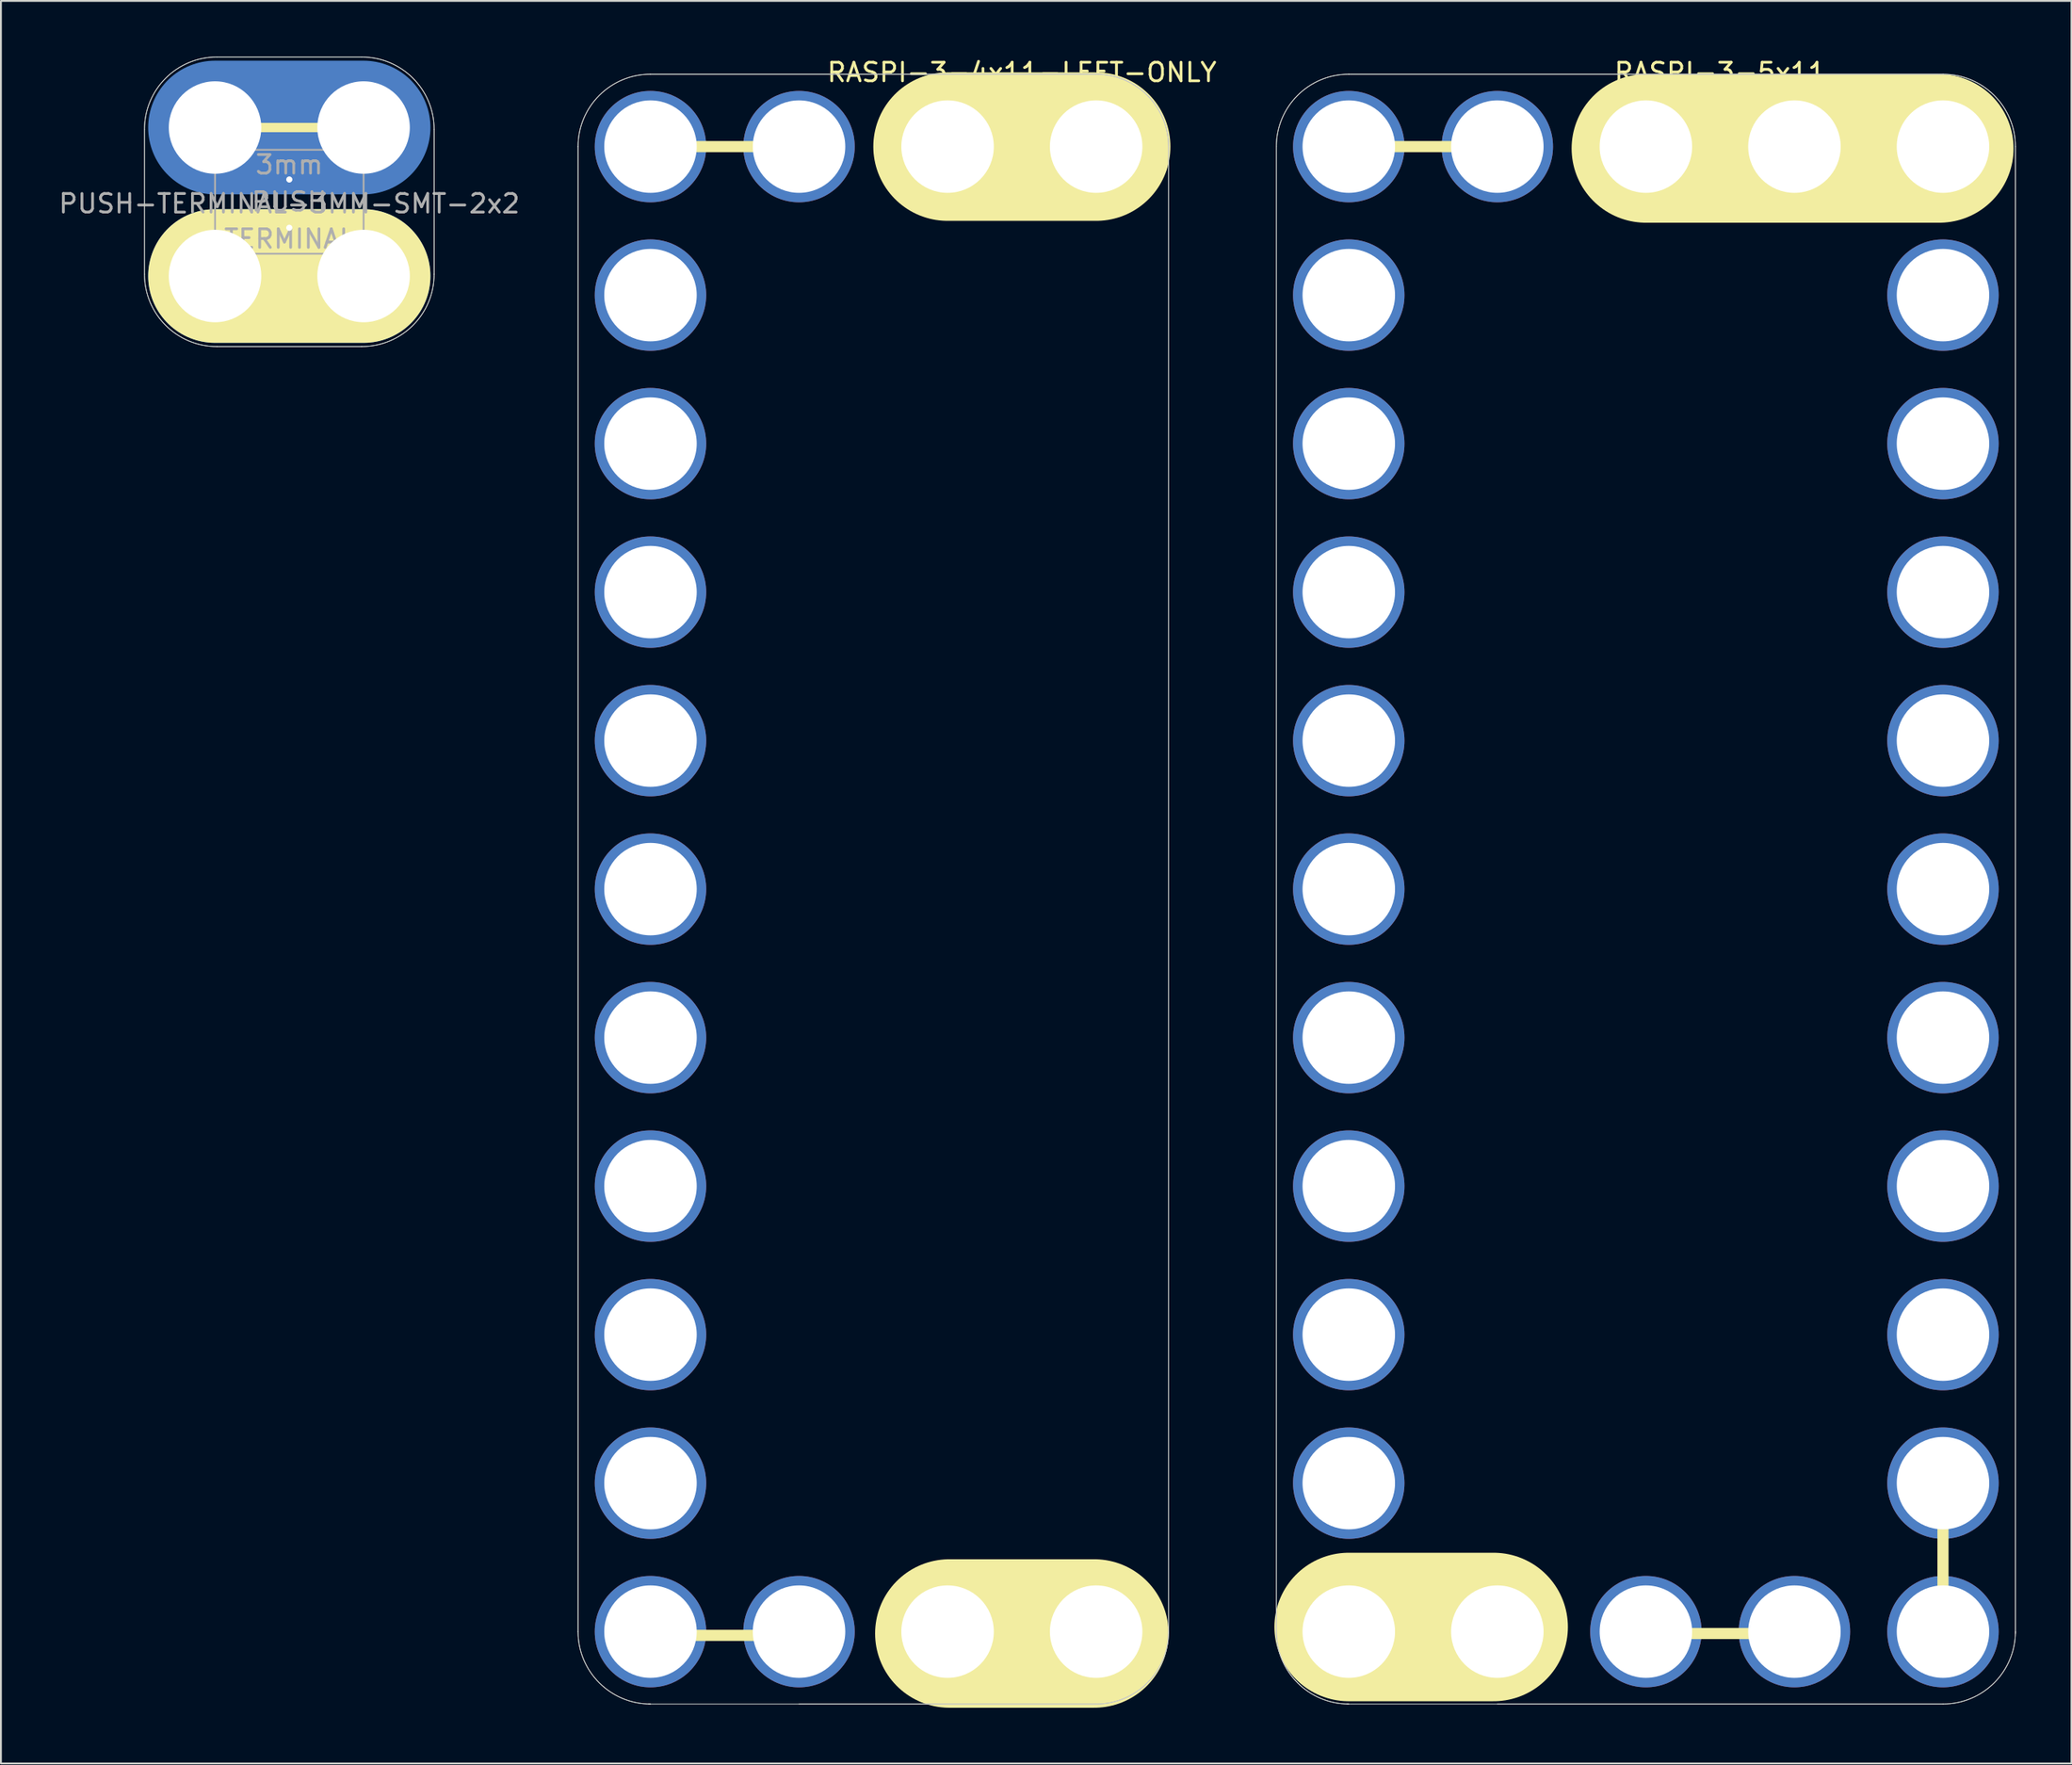
<source format=kicad_pcb>
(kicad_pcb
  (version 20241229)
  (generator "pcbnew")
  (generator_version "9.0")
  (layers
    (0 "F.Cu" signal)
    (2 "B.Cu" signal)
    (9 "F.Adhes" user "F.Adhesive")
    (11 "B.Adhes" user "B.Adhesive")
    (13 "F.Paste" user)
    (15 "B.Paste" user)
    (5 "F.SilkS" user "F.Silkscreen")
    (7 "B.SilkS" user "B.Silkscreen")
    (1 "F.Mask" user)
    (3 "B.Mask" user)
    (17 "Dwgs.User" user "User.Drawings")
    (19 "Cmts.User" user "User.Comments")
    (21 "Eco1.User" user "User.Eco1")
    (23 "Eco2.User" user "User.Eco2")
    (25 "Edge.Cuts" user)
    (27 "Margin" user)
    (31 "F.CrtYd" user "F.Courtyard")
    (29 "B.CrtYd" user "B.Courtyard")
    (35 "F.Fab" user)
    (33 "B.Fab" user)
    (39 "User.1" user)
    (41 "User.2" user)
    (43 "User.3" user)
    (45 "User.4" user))
  (footprint "PUSH-TERMINAL-3MM-SMT-2x2"
    (layer "F.Cu")
    (at 8.53 11.82)
    (property "Reference" "PUSH-TERMINAL-3MM-SMT-2x2" (at 4 -3.9 0) (layer "F.Fab") (effects (font (size 1 1) (thickness 0.15))))
    (attr through_hole)
    (fp_line (start 1 -5.2) (end 7 -5.2) (stroke (width 1) (type solid)) (layer "F.Cu"))
    (fp_line (start 1 -2.6) (end 7 -2.6) (stroke (width 1) (type solid)) (layer "F.Cu"))
    (fp_line (start 8 -8) (end 0 -8) (stroke (width 7.2) (type solid)) (layer "B.Cu"))
    (fp_line (start 8 0) (end 0 0) (stroke (width 7.2) (type solid)) (layer "B.Cu"))
    (fp_line (start 0 0) (end 8 0) (stroke (width 7.2) (type solid)) (layer "B.Mask"))
    (fp_line (start 8 -8) (end 0 -8) (stroke (width 7.2) (type solid)) (layer "B.Mask"))
    (fp_line (start 0 -8) (end 8.2 -8) (stroke (width 0.5) (type solid)) (layer "F.SilkS"))
    (fp_line (start 0 0) (end 8 0) (stroke (width 7.2) (type solid)) (layer "F.SilkS"))
    (fp_line (start -3.8 -0.1) (end -3.8 -7.9) (stroke (width 0.041) (type solid)) (layer "Edge.Cuts"))
    (fp_line (start 7.9 -11.8) (end 0.1 -11.8) (stroke (width 0.041) (type solid)) (layer "Edge.Cuts"))
    (fp_line (start 7.9 3.8) (end 0.1 3.8) (stroke (width 0.041) (type solid)) (layer "Edge.Cuts"))
    (fp_line (start 11.8 -0.1) (end 11.8 -7.9) (stroke (width 0.041) (type solid)) (layer "Edge.Cuts"))
    (fp_arc (start -3.8 -7.9) (mid -2.657716 -10.657716) (end 0.1 -11.8) (stroke (width 0.04064) (type solid)) (layer "Edge.Cuts"))
    (fp_arc (start 0.1 3.8) (mid -2.657716 2.657716) (end -3.8 -0.1) (stroke (width 0.04064) (type solid)) (layer "Edge.Cuts"))
    (fp_arc (start 7.9 -11.8) (mid 10.657716 -10.657716) (end 11.8 -7.9) (stroke (width 0.04064) (type solid)) (layer "Edge.Cuts"))
    (fp_arc (start 11.8 -0.1) (mid 10.657716 2.657716) (end 7.9 3.8) (stroke (width 0.04064) (type solid)) (layer "Edge.Cuts"))
    (fp_line (start -3.8 -0.1) (end -3.8 -7.9) (stroke (width 0.041) (type solid)) (layer "F.Fab"))
    (fp_line (start 0 -6.8) (end 8 -6.8) (stroke (width 0.1) (type solid)) (layer "F.Fab"))
    (fp_line (start 0 -1.2) (end 0 -6.8) (stroke (width 0.1) (type solid)) (layer "F.Fab"))
    (fp_line (start 7.9 -11.8) (end 0.1 -11.8) (stroke (width 0.041) (type solid)) (layer "F.Fab"))
    (fp_line (start 7.9 3.8) (end 0.1 3.8) (stroke (width 0.041) (type solid)) (layer "F.Fab"))
    (fp_line (start 8 -6.8) (end 8 -1.2) (stroke (width 0.1) (type solid)) (layer "F.Fab"))
    (fp_line (start 8 -1.2) (end 0 -1.2) (stroke (width 0.1) (type solid)) (layer "F.Fab"))
    (fp_line (start 11.8 -0.1) (end 11.8 -7.9) (stroke (width 0.041) (type solid)) (layer "F.Fab"))
    (fp_arc (start -3.8 -7.9) (mid -2.657716 -10.657716) (end 0.1 -11.8) (stroke (width 0.04064) (type solid)) (layer "F.Fab"))
    (fp_arc (start 0.1 3.8) (mid -2.657716 2.657716) (end -3.8 -0.1) (stroke (width 0.04064) (type solid)) (layer "F.Fab"))
    (fp_arc (start 7.9 -11.8) (mid 10.657716 -10.657716) (end 11.8 -7.9) (stroke (width 0.04064) (type solid)) (layer "F.Fab"))
    (fp_arc (start 11.8 -0.1) (mid 10.657716 2.657716) (end 7.9 3.8) (stroke (width 0.04064) (type solid)) (layer "F.Fab"))
    (fp_text user "TERMINAL" (at 4 -2 0) (layer "F.Fab") (effects (font (size 1 1) (thickness 0.15))))
    (fp_text user "PUSH" (at 4 -4 0) (layer "F.Fab") (effects (font (size 1 1) (thickness 0.15))))
    (fp_text user "3mm" (at 4 -6 0) (layer "F.Fab") (effects (font (size 1 1) (thickness 0.15))))
    (pad "" np_thru_hole circle (at 0 -8) (size 4.98 4.98) (drill 4.98) (layers "*.Cu" "B.Mask"))
    (pad "" np_thru_hole circle (at 0 0) (size 4.98 4.98) (drill 4.98) (layers "*.Cu" "B.Mask"))
    (pad "" thru_hole circle (at 4 -5.2) (size 0.762 0.762) (drill 0.33) (layers "*.Cu" "B.Mask"))
    (pad "" thru_hole circle (at 4 -2.6) (size 0.762 0.762) (drill 0.33) (layers "*.Cu" "B.Mask"))
    (pad "" np_thru_hole circle (at 8 -8) (size 4.98 4.98) (drill 4.98) (layers "*.Cu" "B.Mask"))
    (pad "" np_thru_hole circle (at 8 0) (size 4.98 4.98) (drill 4.98) (layers "*.Cu" "B.Mask"))
    (pad "1" smd rect (at 1 -5.4 90) (size 1.4 2.5) (layers "F.Cu" "F.Mask" "F.Paste"))
    (pad "1" smd rect (at 7 -5.4 90) (size 1.4 2.5) (layers "F.Cu" "F.Mask" "F.Paste"))
    (pad "2" smd rect (at 1 -2.4 90) (size 1.4 2.5) (layers "F.Cu" "F.Mask" "F.Paste"))
    (pad "2" smd rect (at 7 -2.4 90) (size 1.4 2.5) (layers "F.Cu" "F.Mask" "F.Paste")))
  (footprint "RASPI-3-4x11-LEFT-ONLY"
    (layer "F.Cu")
    (at 31.98 4.848)
    (property "Reference" "RASPI-3-4x11-LEFT-ONLY" (at 20 -4 180) (layer "F.SilkS") (effects (font (size 1 1) (thickness 0.15))))
    (attr through_hole)
    (fp_line (start -0.5 0) (end 8 0) (stroke (width 0.6) (type solid)) (layer "F.SilkS"))
    (fp_line (start -0.1 80.2) (end 8.4 80.2) (stroke (width 0.6) (type solid)) (layer "F.SilkS"))
    (fp_line (start 16 0) (end 24 0) (stroke (width 8) (type solid)) (layer "F.SilkS"))
    (fp_line (start 16 80.1) (end 23.9 80.1) (stroke (width 0.6) (type solid)) (layer "F.SilkS"))
    (fp_line (start 23.9 80.1) (end 16.096 80.1) (stroke (width 8) (type solid)) (layer "F.SilkS"))
    (fp_line (start -3.9 0) (end -3.9 80) (stroke (width 0.041) (type solid)) (layer "Edge.Cuts"))
    (fp_line (start -0.1 83.9) (end 24 83.9) (stroke (width 0.041) (type solid)) (layer "Edge.Cuts"))
    (fp_line (start 24 -3.9) (end 0 -3.9) (stroke (width 0.041) (type solid)) (layer "Edge.Cuts"))
    (fp_line (start 27.9 80.1) (end 27.9 0) (stroke (width 0.041) (type solid)) (layer "Edge.Cuts"))
    (fp_arc (start -3.9 0) (mid -2.757716 -2.757716) (end 0 -3.9) (stroke (width 0.04064) (type solid)) (layer "Edge.Cuts"))
    (fp_arc (start 0 83.9) (mid -2.755309 82.760122) (end -3.899994 80.006807) (stroke (width 0.04064) (type solid)) (layer "Edge.Cuts"))
    (fp_arc (start 24 -3.9) (mid 26.755309 -2.760122) (end 27.899994 -0.006807) (stroke (width 0.04064) (type solid)) (layer "Edge.Cuts"))
    (fp_arc (start 27.9 80) (mid 26.757716 82.757716) (end 24 83.9) (stroke (width 0.04064) (type solid)) (layer "Edge.Cuts"))
    (fp_line (start -3.9 0) (end -3.9 80) (stroke (width 0.041) (type solid)) (layer "F.Fab"))
    (fp_line (start 8 83.9) (end 24 83.9) (stroke (width 0.041) (type solid)) (layer "F.Fab"))
    (fp_line (start 24 -3.9) (end 0 -3.9) (stroke (width 0.041) (type solid)) (layer "F.Fab"))
    (fp_line (start 27.9 80) (end 27.9 0) (stroke (width 0.041) (type solid)) (layer "F.Fab"))
    (fp_arc (start -3.9 0) (mid -2.757716 -2.757716) (end 0 -3.9) (stroke (width 0.04064) (type solid)) (layer "F.Fab"))
    (fp_arc (start 0 83.9) (mid -2.755309 82.760122) (end -3.899994 80.006807) (stroke (width 0.04064) (type solid)) (layer "F.Fab"))
    (fp_arc (start 24 -3.9) (mid 26.755309 -2.760122) (end 27.899994 -0.006807) (stroke (width 0.04064) (type solid)) (layer "F.Fab"))
    (fp_arc (start 27.9 80) (mid 26.757716 82.757716) (end 24 83.9) (stroke (width 0.04064) (type solid)) (layer "F.Fab"))
    (pad "0" thru_hole circle (at 0 72 270) (size 6 6) (drill 4.98) (layers "*.Cu" "*.Mask"))
    (pad "1" thru_hole circle (at 0 64 270) (size 6 6) (drill 4.98) (layers "*.Cu" "*.Mask"))
    (pad "2" thru_hole circle (at 0 56 270) (size 6 6) (drill 4.98) (layers "*.Cu" "*.Mask"))
    (pad "3" thru_hole circle (at 0 48 270) (size 6 6) (drill 4.98) (layers "*.Cu" "*.Mask"))
    (pad "3V" thru_hole circle (at 0 0 270) (size 6 6) (drill 4.98) (layers "*.Cu" "*.Mask"))
    (pad "3V" thru_hole circle (at 8 0 270) (size 6 6) (drill 4.98) (layers "*.Cu" "*.Mask"))
    (pad "3V" thru_hole circle (at 16 80 270) (size 6 6) (drill 4.98) (layers "*.Cu" "*.Mask"))
    (pad "3V" thru_hole circle (at 24 80 270) (size 6 6) (drill 4.98) (layers "*.Cu" "*.Mask"))
    (pad "4" thru_hole circle (at 0 40 270) (size 6 6) (drill 4.98) (layers "*.Cu" "*.Mask"))
    (pad "6" thru_hole circle (at 0 32 270) (size 6 6) (drill 4.98) (layers "*.Cu" "*.Mask"))
    (pad "7" thru_hole circle (at 0 24 270) (size 6 6) (drill 4.98) (layers "*.Cu" "*.Mask"))
    (pad "9" thru_hole circle (at 0 16 270) (size 6 6) (drill 4.98) (layers "*.Cu" "*.Mask"))
    (pad "10" thru_hole circle (at 0 8 270) (size 6 6) (drill 4.98) (layers "*.Cu" "*.Mask"))
    (pad "GND" thru_hole circle (at 0 80 270) (size 6 6) (drill 4.98) (layers "*.Cu" "*.Mask"))
    (pad "GND" thru_hole circle (at 8 80 270) (size 6 6) (drill 4.98) (layers "*.Cu" "*.Mask"))
    (pad "GND" thru_hole circle (at 16 0 270) (size 6 6) (drill 4.98) (layers "*.Cu" "*.Mask"))
    (pad "GND" thru_hole circle (at 24 0 270) (size 6 6) (drill 4.98) (layers "*.Cu" "*.Mask")))
  (footprint "RASPI-3-5x11"
    (layer "F.Cu")
    (at 69.585 4.848)
    (property "Reference" "RASPI-3-5x11" (at 20 -4 180) (layer "F.SilkS") (effects (font (size 1 1) (thickness 0.15))))
    (attr through_hole)
    (fp_line (start -0.5 0) (end 8 0) (stroke (width 0.6) (type solid)) (layer "F.SilkS"))
    (fp_line (start 7.8 79.75) (end -0.004 79.75) (stroke (width 8) (type solid)) (layer "F.SilkS"))
    (fp_line (start 16 0.1) (end 31.8 0.1) (stroke (width 8) (type solid)) (layer "F.SilkS"))
    (fp_line (start 16 80.1) (end 23.9 80.1) (stroke (width 0.6) (type solid)) (layer "F.SilkS"))
    (fp_line (start 32 72.2) (end 32 80.1) (stroke (width 0.6) (type solid)) (layer "F.SilkS"))
    (fp_line (start -3.9 0) (end -3.9 80) (stroke (width 0.041) (type solid)) (layer "Edge.Cuts"))
    (fp_line (start -0.1 83.9) (end 32 83.9) (stroke (width 0.041) (type solid)) (layer "Edge.Cuts"))
    (fp_line (start 32 -3.9) (end 0 -3.9) (stroke (width 0.041) (type solid)) (layer "Edge.Cuts"))
    (fp_line (start 35.9 80.1) (end 35.9 0) (stroke (width 0.041) (type solid)) (layer "Edge.Cuts"))
    (fp_arc (start -3.9 0) (mid -2.757716 -2.757716) (end 0 -3.9) (stroke (width 0.04064) (type solid)) (layer "Edge.Cuts"))
    (fp_arc (start 0 83.9) (mid -2.755309 82.760122) (end -3.899994 80.006807) (stroke (width 0.04064) (type solid)) (layer "Edge.Cuts"))
    (fp_arc (start 32 -3.9) (mid 34.755309 -2.760122) (end 35.899994 -0.006807) (stroke (width 0.04064) (type solid)) (layer "Edge.Cuts"))
    (fp_arc (start 35.9 80) (mid 34.757716 82.757716) (end 32 83.9) (stroke (width 0.04064) (type solid)) (layer "Edge.Cuts"))
    (fp_line (start -3.9 0) (end -3.9 80) (stroke (width 0.041) (type solid)) (layer "F.Fab"))
    (fp_line (start 8 83.9) (end 32 83.9) (stroke (width 0.041) (type solid)) (layer "F.Fab"))
    (fp_line (start 32 -3.9) (end 0 -3.9) (stroke (width 0.041) (type solid)) (layer "F.Fab"))
    (fp_line (start 35.9 80) (end 35.9 0) (stroke (width 0.041) (type solid)) (layer "F.Fab"))
    (fp_arc (start -3.9 0) (mid -2.757716 -2.757716) (end 0 -3.9) (stroke (width 0.04064) (type solid)) (layer "F.Fab"))
    (fp_arc (start 0 83.9) (mid -2.755309 82.760122) (end -3.899994 80.006807) (stroke (width 0.04064) (type solid)) (layer "F.Fab"))
    (fp_arc (start 32 -3.9) (mid 34.755309 -2.760122) (end 35.899994 -0.006807) (stroke (width 0.04064) (type solid)) (layer "F.Fab"))
    (fp_arc (start 35.9 80) (mid 34.757716 82.757716) (end 32 83.9) (stroke (width 0.04064) (type solid)) (layer "F.Fab"))
    (pad "0" thru_hole circle (at 0 72 270) (size 6 6) (drill 4.98) (layers "*.Cu" "*.Mask"))
    (pad "1" thru_hole circle (at 0 64 270) (size 6 6) (drill 4.98) (layers "*.Cu" "*.Mask"))
    (pad "2" thru_hole circle (at 0 56 270) (size 6 6) (drill 4.98) (layers "*.Cu" "*.Mask"))
    (pad "3" thru_hole circle (at 0 48 270) (size 6 6) (drill 4.98) (layers "*.Cu" "*.Mask"))
    (pad "3V" thru_hole circle (at 0 0 270) (size 6 6) (drill 4.98) (layers "*.Cu" "*.Mask"))
    (pad "3V" thru_hole circle (at 8 0 270) (size 6 6) (drill 4.98) (layers "*.Cu" "*.Mask"))
    (pad "3V" thru_hole circle (at 16 80 270) (size 6 6) (drill 4.98) (layers "*.Cu" "*.Mask"))
    (pad "3V" thru_hole circle (at 24 80 270) (size 6 6) (drill 4.98) (layers "*.Cu" "*.Mask"))
    (pad "3V" thru_hole circle (at 31.999 80 270) (size 6 6) (drill 4.98) (layers "*.Cu" "*.Mask"))
    (pad "3V" thru_hole circle (at 32 72 270) (size 6 6) (drill 4.98) (layers "*.Cu" "*.Mask"))
    (pad "4" thru_hole circle (at 0 40 270) (size 6 6) (drill 4.98) (layers "*.Cu" "*.Mask"))
    (pad "6" thru_hole circle (at 0 32 270) (size 6 6) (drill 4.98) (layers "*.Cu" "*.Mask"))
    (pad "7" thru_hole circle (at 0 24 270) (size 6 6) (drill 4.98) (layers "*.Cu" "*.Mask"))
    (pad "8" thru_hole circle (at 32 64 270) (size 6 6) (drill 4.98) (layers "*.Cu" "*.Mask"))
    (pad "9" thru_hole circle (at 0 16 270) (size 6 6) (drill 4.98) (layers "*.Cu" "*.Mask"))
    (pad "10" thru_hole circle (at 0 8 270) (size 6 6) (drill 4.98) (layers "*.Cu" "*.Mask"))
    (pad "12" thru_hole circle (at 32 56 270) (size 6 6) (drill 4.98) (layers "*.Cu" "*.Mask"))
    (pad "13" thru_hole circle (at 31.999 48 270) (size 6 6) (drill 4.98) (layers "*.Cu" "*.Mask"))
    (pad "14" thru_hole circle (at 32 40 270) (size 6 6) (drill 4.98) (layers "*.Cu" "*.Mask"))
    (pad "15" thru_hole circle (at 31.999 32 270) (size 6 6) (drill 4.98) (layers "*.Cu" "*.Mask"))
    (pad "16" thru_hole circle (at 31.999 24 270) (size 6 6) (drill 4.98) (layers "*.Cu" "*.Mask"))
    (pad "19" thru_hole circle (at 31.999 16 270) (size 6 6) (drill 4.98) (layers "*.Cu" "*.Mask"))
    (pad "20" thru_hole circle (at 31.999 8 270) (size 6 6) (drill 4.98) (layers "*.Cu" "*.Mask"))
    (pad "GND" thru_hole circle (at 0 80 270) (size 6 6) (drill 4.98) (layers "*.Cu" "*.Mask"))
    (pad "GND" thru_hole circle (at 8 80 270) (size 6 6) (drill 4.98) (layers "*.Cu" "*.Mask"))
    (pad "GND" thru_hole circle (at 16 0 270) (size 6 6) (drill 4.98) (layers "*.Cu" "*.Mask"))
    (pad "GND" thru_hole circle (at 24 0 270) (size 6 6) (drill 4.98) (layers "*.Cu" "*.Mask"))
    (pad "GND" thru_hole circle (at 31.999 0 270) (size 6 6) (drill 4.98) (layers "*.Cu" "*.Mask")))
  (gr_rect
    (start -3 -3)
    (end 108.505 91.948)
    (stroke (width 0.1) (type default))
    (fill no)
    (layer "Edge.Cuts")))
</source>
